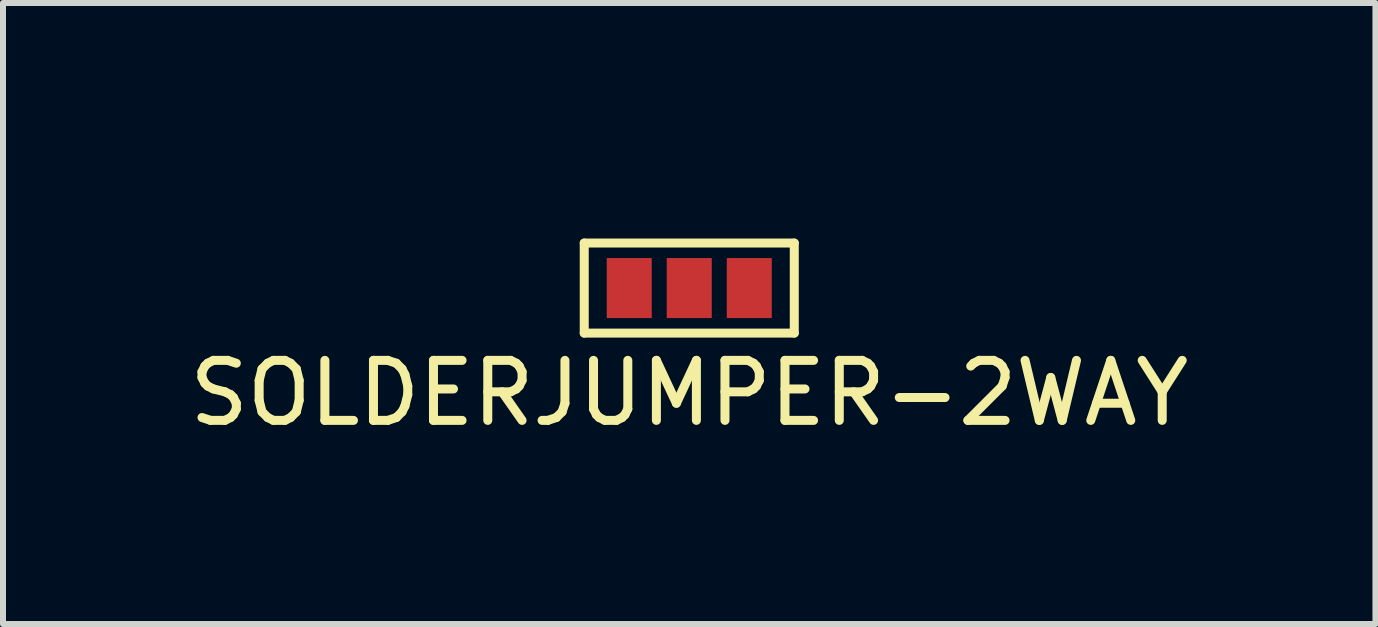
<source format=kicad_pcb>
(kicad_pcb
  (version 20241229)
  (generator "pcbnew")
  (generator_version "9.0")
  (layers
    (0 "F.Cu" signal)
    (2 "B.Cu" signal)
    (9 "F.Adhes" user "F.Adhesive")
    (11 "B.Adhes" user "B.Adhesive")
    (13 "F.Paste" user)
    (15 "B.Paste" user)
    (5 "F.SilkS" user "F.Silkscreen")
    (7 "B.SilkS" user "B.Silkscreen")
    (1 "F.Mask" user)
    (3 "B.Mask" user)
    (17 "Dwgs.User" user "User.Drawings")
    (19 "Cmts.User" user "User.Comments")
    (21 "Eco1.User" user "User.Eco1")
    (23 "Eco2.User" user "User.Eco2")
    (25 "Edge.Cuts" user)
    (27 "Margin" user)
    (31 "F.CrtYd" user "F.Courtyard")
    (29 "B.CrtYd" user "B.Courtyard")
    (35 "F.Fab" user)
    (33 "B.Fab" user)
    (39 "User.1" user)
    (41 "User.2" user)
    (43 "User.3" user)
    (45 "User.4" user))
  (footprint "SOLDERJUMPER-2WAY"
    (layer "F.Cu")
    (at 8.435 0.25)
    (property "Reference" "SOLDERJUMPER-2WAY" (at 0 3.25 0) (layer "F.SilkS") (effects (font (size 1 1) (thickness 0.15))))
    (attr through_hole)
    (fp_line (start -1.75 0.75) (end -1.75 2.25) (stroke (width 0.15) (type solid)) (layer "F.SilkS"))
    (fp_line (start -1.75 2.25) (end 1.75 2.25) (stroke (width 0.15) (type solid)) (layer "F.SilkS"))
    (fp_line (start 1.75 0.75) (end -1.75 0.75) (stroke (width 0.15) (type solid)) (layer "F.SilkS"))
    (fp_line (start 1.75 2.25) (end 1.75 0.75) (stroke (width 0.15) (type solid)) (layer "F.SilkS"))
    (pad "1" smd rect (at -1 1.5) (size 0.75 1) (layers "F.Cu" "F.Mask" "F.Paste"))
    (pad "2" smd rect (at 0 1.5) (size 0.75 1) (layers "F.Cu" "F.Mask" "F.Paste"))
    (pad "3" smd rect (at 1 1.5) (size 0.75 1) (layers "F.Cu" "F.Mask" "F.Paste")))
  (gr_rect
    (start -3 -3)
    (end 19.869 7.348)
    (stroke (width 0.1) (type default))
    (fill no)
    (layer "Edge.Cuts")))
</source>
